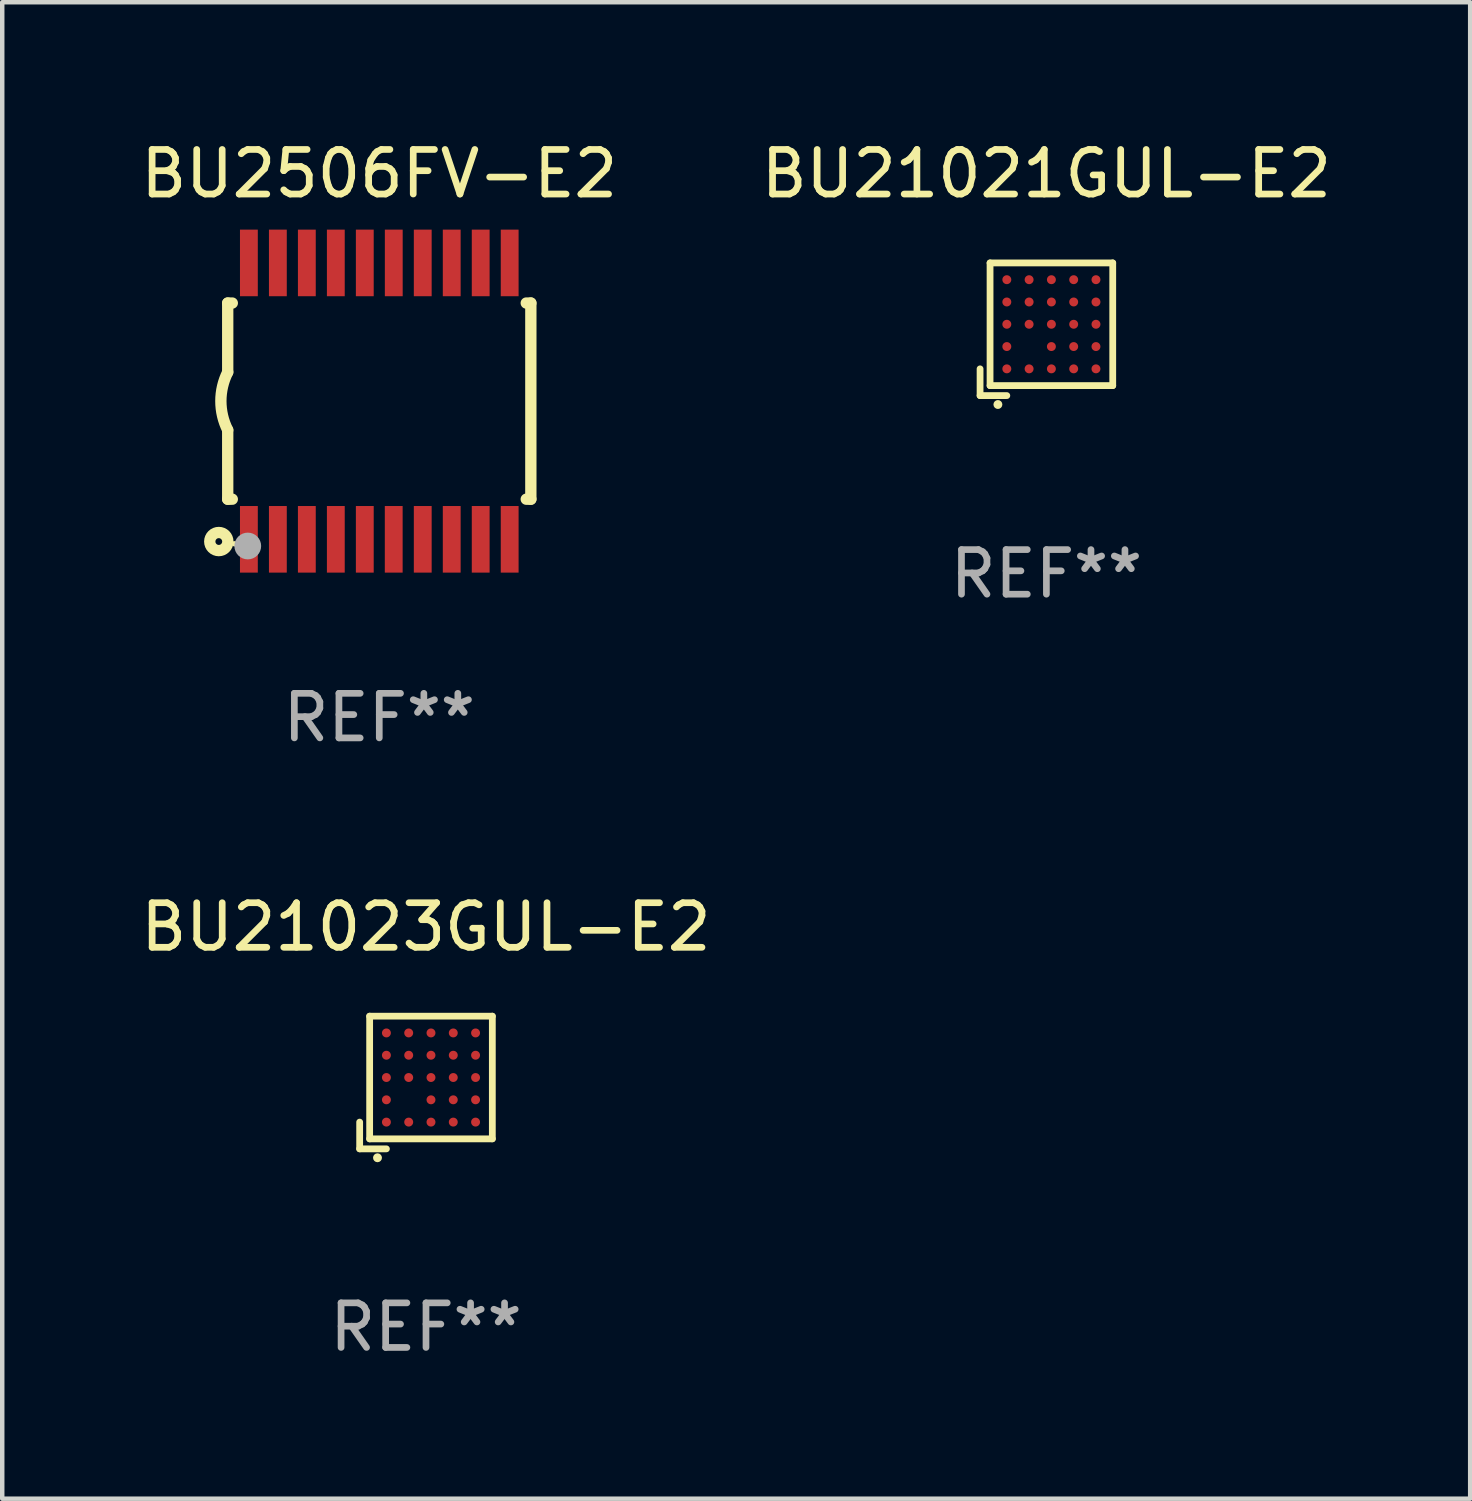
<source format=kicad_pcb>
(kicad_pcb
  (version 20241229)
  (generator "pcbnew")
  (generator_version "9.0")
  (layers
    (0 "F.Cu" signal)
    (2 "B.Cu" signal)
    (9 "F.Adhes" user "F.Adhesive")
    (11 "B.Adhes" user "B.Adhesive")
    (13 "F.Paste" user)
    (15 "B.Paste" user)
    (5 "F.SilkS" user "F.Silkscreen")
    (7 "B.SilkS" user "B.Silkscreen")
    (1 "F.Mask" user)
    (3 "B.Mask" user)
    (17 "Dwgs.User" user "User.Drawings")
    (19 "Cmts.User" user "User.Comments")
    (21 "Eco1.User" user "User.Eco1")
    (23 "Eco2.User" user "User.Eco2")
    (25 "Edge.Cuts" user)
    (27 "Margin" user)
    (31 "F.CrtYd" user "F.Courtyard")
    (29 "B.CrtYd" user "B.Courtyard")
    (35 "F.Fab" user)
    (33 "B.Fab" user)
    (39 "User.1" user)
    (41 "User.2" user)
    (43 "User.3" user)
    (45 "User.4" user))
  (footprint "BU21021GUL-E2"
    (layer "F.Cu")
    (at 20.423 4.336)
    (property "Reference" "BU21021GUL-E2" (at 0 -3.488 0) (layer "F.SilkS") (effects (font (size 1 1) (thickness 0.15))))
    (attr through_hole)
    (fp_line (start -1.488 0.888) (end -1.488 1.488) (stroke (width 0.152) (type solid)) (layer "F.SilkS"))
    (fp_line (start -1.488 1.488) (end -0.888 1.488) (stroke (width 0.152) (type solid)) (layer "F.SilkS"))
    (fp_line (start -1.264 -1.488) (end 1.488 -1.488) (stroke (width 0.152) (type solid)) (layer "F.SilkS"))
    (fp_line (start -1.264 1.264) (end -1.264 -1.488) (stroke (width 0.152) (type solid)) (layer "F.SilkS"))
    (fp_line (start 1.488 -1.488) (end 1.488 1.264) (stroke (width 0.152) (type solid)) (layer "F.SilkS"))
    (fp_line (start 1.488 1.264) (end -1.264 1.264) (stroke (width 0.152) (type solid)) (layer "F.SilkS"))
    (fp_circle (center -1.088 1.688) (end -1.038 1.688) (stroke (width 0.1) (type solid)) (fill no) (layer "F.SilkS"))
    (fp_text user "REF**" (at 0 5.488 0) (layer "F.Fab") (effects (font (size 1 1) (thickness 0.15))))
    (pad "A1" smd circle (at -0.888 0.888) (size 0.2 0.2) (layers "F.Cu" "F.Mask" "F.Paste"))
    (pad "A2" smd circle (at -0.888 0.388) (size 0.2 0.2) (layers "F.Cu" "F.Mask" "F.Paste"))
    (pad "A3" smd circle (at -0.888 -0.112) (size 0.2 0.2) (layers "F.Cu" "F.Mask" "F.Paste"))
    (pad "A4" smd circle (at -0.888 -0.612) (size 0.2 0.2) (layers "F.Cu" "F.Mask" "F.Paste"))
    (pad "A5" smd circle (at -0.888 -1.112) (size 0.2 0.2) (layers "F.Cu" "F.Mask" "F.Paste"))
    (pad "B1" smd circle (at -0.388 0.888) (size 0.2 0.2) (layers "F.Cu" "F.Mask" "F.Paste"))
    (pad "B3" smd circle (at -0.388 -0.112) (size 0.2 0.2) (layers "F.Cu" "F.Mask" "F.Paste"))
    (pad "B4" smd circle (at -0.388 -0.612) (size 0.2 0.2) (layers "F.Cu" "F.Mask" "F.Paste"))
    (pad "B5" smd circle (at -0.388 -1.112) (size 0.2 0.2) (layers "F.Cu" "F.Mask" "F.Paste"))
    (pad "C1" smd circle (at 0.112 0.888) (size 0.2 0.2) (layers "F.Cu" "F.Mask" "F.Paste"))
    (pad "C2" smd circle (at 0.112 0.388) (size 0.2 0.2) (layers "F.Cu" "F.Mask" "F.Paste"))
    (pad "C3" smd circle (at 0.112 -0.112) (size 0.2 0.2) (layers "F.Cu" "F.Mask" "F.Paste"))
    (pad "C4" smd circle (at 0.112 -0.612) (size 0.2 0.2) (layers "F.Cu" "F.Mask" "F.Paste"))
    (pad "C5" smd circle (at 0.112 -1.112) (size 0.2 0.2) (layers "F.Cu" "F.Mask" "F.Paste"))
    (pad "D1" smd circle (at 0.612 0.888) (size 0.2 0.2) (layers "F.Cu" "F.Mask" "F.Paste"))
    (pad "D2" smd circle (at 0.612 0.388) (size 0.2 0.2) (layers "F.Cu" "F.Mask" "F.Paste"))
    (pad "D3" smd circle (at 0.612 -0.112) (size 0.2 0.2) (layers "F.Cu" "F.Mask" "F.Paste"))
    (pad "D4" smd circle (at 0.612 -0.612) (size 0.2 0.2) (layers "F.Cu" "F.Mask" "F.Paste"))
    (pad "D5" smd circle (at 0.612 -1.112) (size 0.2 0.2) (layers "F.Cu" "F.Mask" "F.Paste"))
    (pad "E1" smd circle (at 1.112 0.888) (size 0.2 0.2) (layers "F.Cu" "F.Mask" "F.Paste"))
    (pad "E2" smd circle (at 1.112 0.388) (size 0.2 0.2) (layers "F.Cu" "F.Mask" "F.Paste"))
    (pad "E3" smd circle (at 1.112 -0.112) (size 0.2 0.2) (layers "F.Cu" "F.Mask" "F.Paste"))
    (pad "E4" smd circle (at 1.112 -0.612) (size 0.2 0.2) (layers "F.Cu" "F.Mask" "F.Paste"))
    (pad "E5" smd circle (at 1.112 -1.112) (size 0.2 0.2) (layers "F.Cu" "F.Mask" "F.Paste")))
  (footprint "BU2506FV-E2"
    (layer "F.Cu")
    (at 5.458 5.948)
    (property "Reference" "BU2506FV-E2" (at 0 -5.1 0) (layer "F.SilkS") (effects (font (size 1 1) (thickness 0.15))))
    (attr through_hole)
    (fp_line (start -3.4 -2.2) (end -3.4 -0.65) (stroke (width 0.254) (type solid)) (layer "F.SilkS"))
    (fp_line (start -3.4 -2.2) (end -3.297 -2.2) (stroke (width 0.254) (type solid)) (layer "F.SilkS"))
    (fp_line (start -3.4 2.2) (end -3.4 0.65) (stroke (width 0.254) (type solid)) (layer "F.SilkS"))
    (fp_line (start -3.4 2.2) (end -3.297 2.2) (stroke (width 0.254) (type solid)) (layer "F.SilkS"))
    (fp_line (start 3.297 2.2) (end 3.4 2.2) (stroke (width 0.254) (type solid)) (layer "F.SilkS"))
    (fp_line (start 3.297 -2.2) (end 3.4 -2.2) (stroke (width 0.254) (type solid)) (layer "F.SilkS"))
    (fp_line (start 3.4 2.2) (end 3.4 -2.2) (stroke (width 0.254) (type solid)) (layer "F.SilkS"))
    (fp_arc (start -3.40005 0.648845) (mid -3.553338 -0.000577) (end -3.4 -0.649987) (stroke (width 0.254001) (type solid)) (layer "F.SilkS"))
    (fp_circle (center -3.6 3.15) (end -3.524 3.15) (stroke (width 0.254) (type solid)) (fill no) (layer "F.SilkS"))
    (fp_circle (center -3.25 3.2) (end -3.22 3.2) (stroke (width 0.06) (type solid)) (fill no) (layer "F.SilkS"))
    (fp_circle (center -2.95 3.25) (end -2.8 3.25) (stroke (width 0.3) (type solid)) (fill no) (layer "F.Fab"))
    (fp_text user "REF**" (at 0 7.1 0) (layer "F.Fab") (effects (font (size 1 1) (thickness 0.15))))
    (pad "1" smd rect (at -2.925 3.1) (size 0.4 1.494) (layers "F.Cu" "F.Mask" "F.Paste"))
    (pad "2" smd rect (at -2.275 3.1) (size 0.4 1.494) (layers "F.Cu" "F.Mask" "F.Paste"))
    (pad "3" smd rect (at -1.625 3.1) (size 0.4 1.494) (layers "F.Cu" "F.Mask" "F.Paste"))
    (pad "4" smd rect (at -0.975 3.1) (size 0.4 1.494) (layers "F.Cu" "F.Mask" "F.Paste"))
    (pad "5" smd rect (at -0.325 3.1) (size 0.4 1.494) (layers "F.Cu" "F.Mask" "F.Paste"))
    (pad "6" smd rect (at 0.324 3.1) (size 0.4 1.494) (layers "F.Cu" "F.Mask" "F.Paste"))
    (pad "7" smd rect (at 0.975 3.1) (size 0.4 1.494) (layers "F.Cu" "F.Mask" "F.Paste"))
    (pad "8" smd rect (at 1.625 3.1) (size 0.4 1.494) (layers "F.Cu" "F.Mask" "F.Paste"))
    (pad "9" smd rect (at 2.275 3.1) (size 0.4 1.494) (layers "F.Cu" "F.Mask" "F.Paste"))
    (pad "10" smd rect (at 2.925 3.1) (size 0.4 1.494) (layers "F.Cu" "F.Mask" "F.Paste"))
    (pad "11" smd rect (at 2.925 -3.1) (size 0.4 1.494) (layers "F.Cu" "F.Mask" "F.Paste"))
    (pad "12" smd rect (at 2.275 -3.1) (size 0.4 1.494) (layers "F.Cu" "F.Mask" "F.Paste"))
    (pad "13" smd rect (at 1.625 -3.1) (size 0.4 1.494) (layers "F.Cu" "F.Mask" "F.Paste"))
    (pad "14" smd rect (at 0.975 -3.1) (size 0.4 1.494) (layers "F.Cu" "F.Mask" "F.Paste"))
    (pad "15" smd rect (at 0.325 -3.1) (size 0.4 1.494) (layers "F.Cu" "F.Mask" "F.Paste"))
    (pad "16" smd rect (at -0.325 -3.1) (size 0.4 1.494) (layers "F.Cu" "F.Mask" "F.Paste"))
    (pad "17" smd rect (at -0.975 -3.1) (size 0.4 1.494) (layers "F.Cu" "F.Mask" "F.Paste"))
    (pad "18" smd rect (at -1.625 -3.1) (size 0.4 1.494) (layers "F.Cu" "F.Mask" "F.Paste"))
    (pad "19" smd rect (at -2.275 -3.1) (size 0.4 1.494) (layers "F.Cu" "F.Mask" "F.Paste"))
    (pad "20" smd rect (at -2.925 -3.1) (size 0.4 1.494) (layers "F.Cu" "F.Mask" "F.Paste")))
  (footprint "BU21023GUL-E2"
    (layer "F.Cu")
    (at 6.506 21.233)
    (property "Reference" "BU21023GUL-E2" (at 0 -3.488 0) (layer "F.SilkS") (effects (font (size 1 1) (thickness 0.15))))
    (attr through_hole)
    (fp_line (start -1.488 0.888) (end -1.488 1.488) (stroke (width 0.152) (type solid)) (layer "F.SilkS"))
    (fp_line (start -1.488 1.488) (end -0.888 1.488) (stroke (width 0.152) (type solid)) (layer "F.SilkS"))
    (fp_line (start -1.264 -1.488) (end 1.488 -1.488) (stroke (width 0.152) (type solid)) (layer "F.SilkS"))
    (fp_line (start -1.264 1.264) (end -1.264 -1.488) (stroke (width 0.152) (type solid)) (layer "F.SilkS"))
    (fp_line (start 1.488 -1.488) (end 1.488 1.264) (stroke (width 0.152) (type solid)) (layer "F.SilkS"))
    (fp_line (start 1.488 1.264) (end -1.264 1.264) (stroke (width 0.152) (type solid)) (layer "F.SilkS"))
    (fp_circle (center -1.088 1.688) (end -1.038 1.688) (stroke (width 0.1) (type solid)) (fill no) (layer "F.SilkS"))
    (fp_text user "REF**" (at 0 5.488 0) (layer "F.Fab") (effects (font (size 1 1) (thickness 0.15))))
    (pad "A1" smd circle (at -0.888 0.888) (size 0.2 0.2) (layers "F.Cu" "F.Mask" "F.Paste"))
    (pad "A2" smd circle (at -0.888 0.388) (size 0.2 0.2) (layers "F.Cu" "F.Mask" "F.Paste"))
    (pad "A3" smd circle (at -0.888 -0.112) (size 0.2 0.2) (layers "F.Cu" "F.Mask" "F.Paste"))
    (pad "A4" smd circle (at -0.888 -0.612) (size 0.2 0.2) (layers "F.Cu" "F.Mask" "F.Paste"))
    (pad "A5" smd circle (at -0.888 -1.112) (size 0.2 0.2) (layers "F.Cu" "F.Mask" "F.Paste"))
    (pad "B1" smd circle (at -0.388 0.888) (size 0.2 0.2) (layers "F.Cu" "F.Mask" "F.Paste"))
    (pad "B3" smd circle (at -0.388 -0.112) (size 0.2 0.2) (layers "F.Cu" "F.Mask" "F.Paste"))
    (pad "B4" smd circle (at -0.388 -0.612) (size 0.2 0.2) (layers "F.Cu" "F.Mask" "F.Paste"))
    (pad "B5" smd circle (at -0.388 -1.112) (size 0.2 0.2) (layers "F.Cu" "F.Mask" "F.Paste"))
    (pad "C1" smd circle (at 0.112 0.888) (size 0.2 0.2) (layers "F.Cu" "F.Mask" "F.Paste"))
    (pad "C2" smd circle (at 0.112 0.388) (size 0.2 0.2) (layers "F.Cu" "F.Mask" "F.Paste"))
    (pad "C3" smd circle (at 0.112 -0.112) (size 0.2 0.2) (layers "F.Cu" "F.Mask" "F.Paste"))
    (pad "C4" smd circle (at 0.112 -0.612) (size 0.2 0.2) (layers "F.Cu" "F.Mask" "F.Paste"))
    (pad "C5" smd circle (at 0.112 -1.112) (size 0.2 0.2) (layers "F.Cu" "F.Mask" "F.Paste"))
    (pad "D1" smd circle (at 0.612 0.888) (size 0.2 0.2) (layers "F.Cu" "F.Mask" "F.Paste"))
    (pad "D2" smd circle (at 0.612 0.388) (size 0.2 0.2) (layers "F.Cu" "F.Mask" "F.Paste"))
    (pad "D3" smd circle (at 0.612 -0.112) (size 0.2 0.2) (layers "F.Cu" "F.Mask" "F.Paste"))
    (pad "D4" smd circle (at 0.612 -0.612) (size 0.2 0.2) (layers "F.Cu" "F.Mask" "F.Paste"))
    (pad "D5" smd circle (at 0.612 -1.112) (size 0.2 0.2) (layers "F.Cu" "F.Mask" "F.Paste"))
    (pad "E1" smd circle (at 1.112 0.888) (size 0.2 0.2) (layers "F.Cu" "F.Mask" "F.Paste"))
    (pad "E2" smd circle (at 1.112 0.388) (size 0.2 0.2) (layers "F.Cu" "F.Mask" "F.Paste"))
    (pad "E3" smd circle (at 1.112 -0.112) (size 0.2 0.2) (layers "F.Cu" "F.Mask" "F.Paste"))
    (pad "E4" smd circle (at 1.112 -0.612) (size 0.2 0.2) (layers "F.Cu" "F.Mask" "F.Paste"))
    (pad "E5" smd circle (at 1.112 -1.112) (size 0.2 0.2) (layers "F.Cu" "F.Mask" "F.Paste")))
  (gr_rect
    (start -3 -3)
    (end 29.929 30.569)
    (stroke (width 0.1) (type default))
    (fill no)
    (layer "Edge.Cuts")))
</source>
